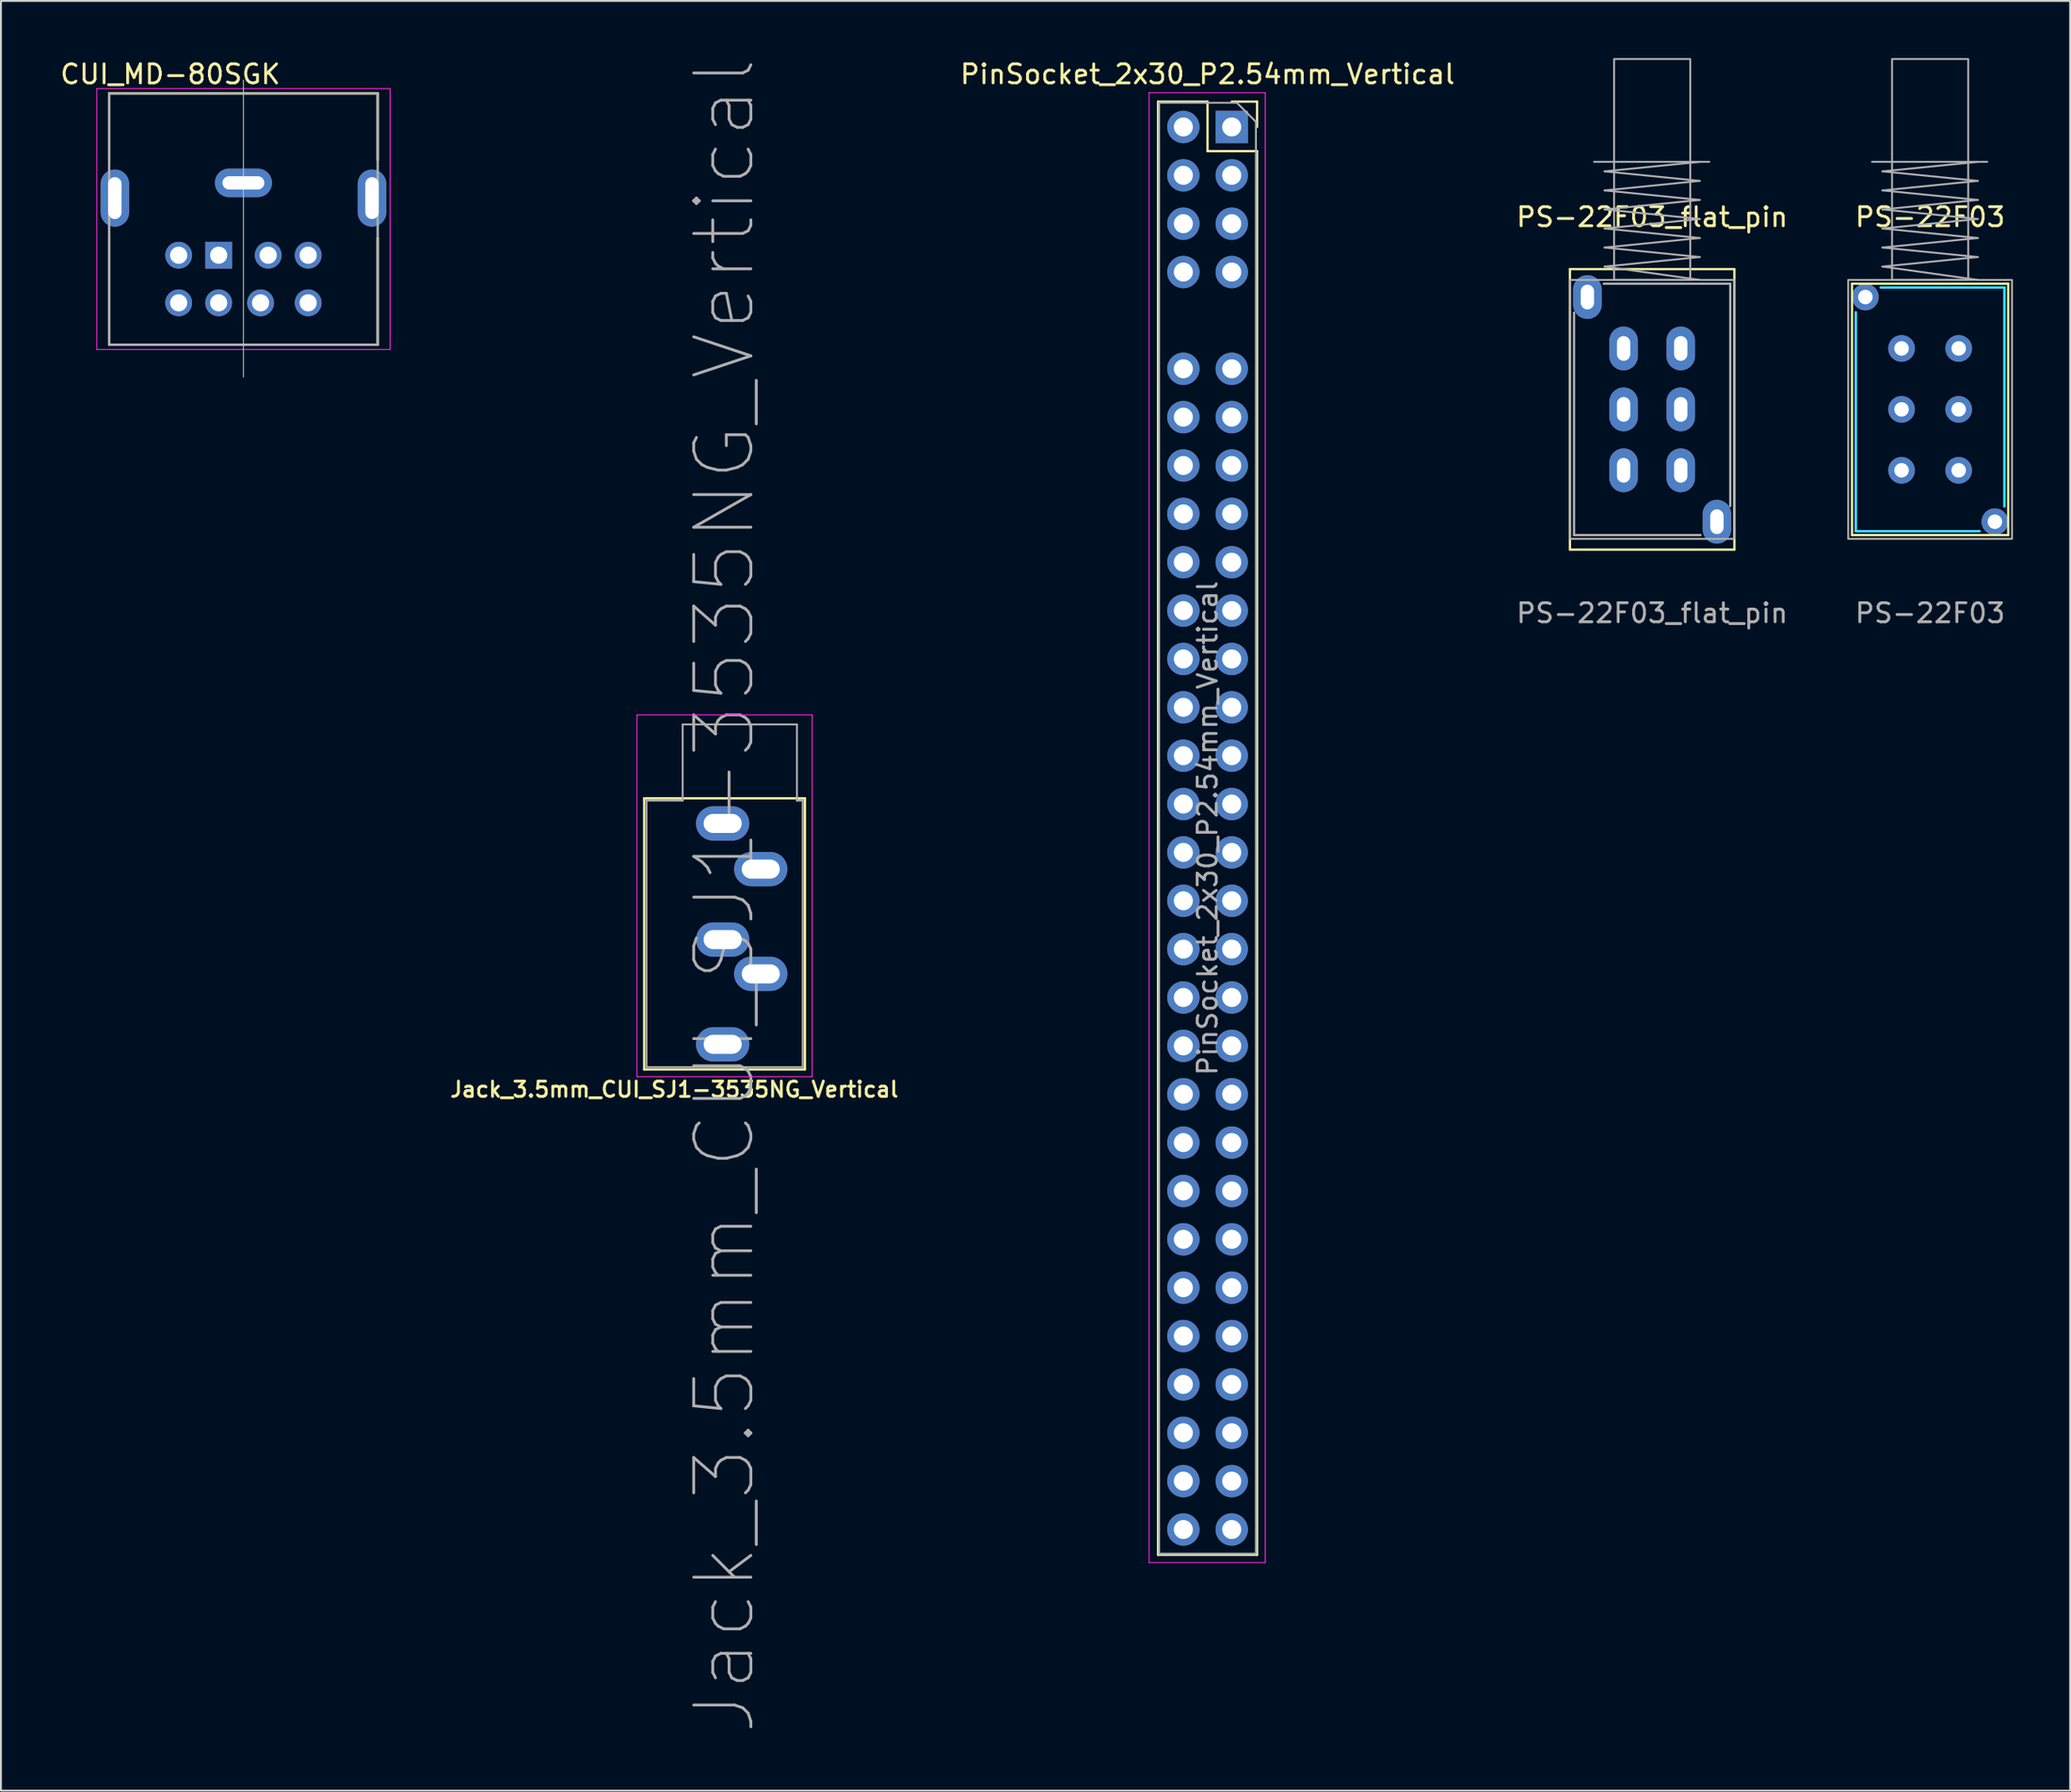
<source format=kicad_pcb>
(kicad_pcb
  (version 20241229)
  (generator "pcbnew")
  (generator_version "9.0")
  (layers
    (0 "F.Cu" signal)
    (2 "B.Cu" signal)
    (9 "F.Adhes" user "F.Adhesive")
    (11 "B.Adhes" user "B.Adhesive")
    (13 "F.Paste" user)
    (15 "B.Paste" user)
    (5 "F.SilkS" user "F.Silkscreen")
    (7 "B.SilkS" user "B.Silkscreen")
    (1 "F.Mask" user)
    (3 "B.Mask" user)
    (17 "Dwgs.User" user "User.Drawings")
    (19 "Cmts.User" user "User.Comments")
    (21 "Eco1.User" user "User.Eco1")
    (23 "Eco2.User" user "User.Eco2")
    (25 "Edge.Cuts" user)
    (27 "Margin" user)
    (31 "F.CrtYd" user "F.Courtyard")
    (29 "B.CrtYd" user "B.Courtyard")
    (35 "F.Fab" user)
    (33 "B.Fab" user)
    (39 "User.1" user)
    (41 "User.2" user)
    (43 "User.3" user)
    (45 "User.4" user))
  (footprint "PS-22F03_flat_pin"
    (layer "F.Cu")
    (at 83.697 18.45)
    (property "Reference" "PS-22F03_flat_pin" (at 0 -10.1 0) (unlocked yes) (layer "F.SilkS") (effects (font (size 1 1) (thickness 0.15))))
    (attr through_hole)
    (fp_line (start -4.318 -7.366) (end 4.318 -7.366) (stroke (width 0.12) (type solid)) (layer "F.SilkS"))
    (fp_line (start -4.318 7.366) (end -4.318 -7.366) (stroke (width 0.12) (type solid)) (layer "F.SilkS"))
    (fp_line (start 4.318 -7.366) (end 4.318 7.366) (stroke (width 0.12) (type solid)) (layer "F.SilkS"))
    (fp_line (start 4.318 7.366) (end -4.318 7.366) (stroke (width 0.12) (type solid)) (layer "F.SilkS"))
    (fp_line (start -4.1 -5.08) (end -4.1 6.6) (stroke (width 0.12) (type solid)) (layer "F.Fab"))
    (fp_line (start -4.1 6.6) (end 2.54 6.6) (stroke (width 0.12) (type solid)) (layer "F.Fab"))
    (fp_line (start -3.05 -13) (end 3 -13) (stroke (width 0.1) (type solid)) (layer "F.Fab"))
    (fp_line (start -2.5 -12.5) (end 2.5 -13) (stroke (width 0.1) (type solid)) (layer "F.Fab"))
    (fp_line (start -2.5 -11.5) (end 2.5 -12) (stroke (width 0.1) (type solid)) (layer "F.Fab"))
    (fp_line (start -2.5 -10.5) (end 2.5 -11) (stroke (width 0.1) (type solid)) (layer "F.Fab"))
    (fp_line (start -2.5 -9.5) (end 2.5 -10) (stroke (width 0.1) (type solid)) (layer "F.Fab"))
    (fp_line (start -2.5 -8.5) (end 2.5 -9) (stroke (width 0.1) (type solid)) (layer "F.Fab"))
    (fp_line (start -2.5 -7.5) (end 2.5 -8) (stroke (width 0.1) (type solid)) (layer "F.Fab"))
    (fp_line (start 2.5 -12) (end -2.5 -12.5) (stroke (width 0.1) (type solid)) (layer "F.Fab"))
    (fp_line (start 2.5 -11) (end -2.5 -11.5) (stroke (width 0.1) (type solid)) (layer "F.Fab"))
    (fp_line (start 2.5 -10) (end -2.5 -10.5) (stroke (width 0.1) (type solid)) (layer "F.Fab"))
    (fp_line (start 2.5 -9) (end -2.5 -9.5) (stroke (width 0.1) (type solid)) (layer "F.Fab"))
    (fp_line (start 2.5 -8) (end -2.5 -8.5) (stroke (width 0.1) (type solid)) (layer "F.Fab"))
    (fp_line (start 2.5 -6.8) (end -2.5 -7.5) (stroke (width 0.1) (type solid)) (layer "F.Fab"))
    (fp_line (start 4.1 -6.6) (end -2.54 -6.6) (stroke (width 0.12) (type solid)) (layer "F.Fab"))
    (fp_line (start 4.1 5.08) (end 4.1 -6.6) (stroke (width 0.12) (type solid)) (layer "F.Fab"))
    (fp_rect (start -4.3 -6.8) (end 4.3 6.8) (stroke (width 0.1) (type solid)) (fill no) (layer "F.Fab"))
    (fp_rect (start -2 -6.8) (end 2 -18.4) (stroke (width 0.1) (type solid)) (fill no) (layer "F.Fab"))
    (fp_text user "${REFERENCE}" (at 0 10.7 0) (unlocked yes) (layer "F.Fab") (effects (font (size 1 1) (thickness 0.15))))
    (pad "1" thru_hole oval (at -1.5 -3.2) (size 1.5 2.3) (drill oval 0.7 1.3) (layers "*.Cu" "*.Mask"))
    (pad "2" thru_hole oval (at -1.5 0) (size 1.5 2.3) (drill oval 0.7 1.3) (layers "*.Cu" "*.Mask"))
    (pad "3" thru_hole oval (at -1.5 3.2) (size 1.5 2.3) (drill oval 0.7 1.3) (layers "*.Cu" "*.Mask"))
    (pad "4" thru_hole oval (at 1.5 -3.2) (size 1.5 2.3) (drill oval 0.7 1.3) (layers "*.Cu" "*.Mask"))
    (pad "5" thru_hole oval (at 1.5 0) (size 1.5 2.3) (drill oval 0.7 1.3) (layers "*.Cu" "*.Mask"))
    (pad "6" thru_hole oval (at 1.5 3.2) (size 1.5 2.3) (drill oval 0.7 1.3) (layers "*.Cu" "*.Mask"))
    (pad "7" thru_hole oval (at -3.4 -5.9) (size 1.5 2.3) (drill oval 0.7 1.3) (layers "*.Cu" "*.Mask"))
    (pad "8" thru_hole oval (at 3.4 5.9) (size 1.5 2.3) (drill oval 0.7 1.3) (layers "*.Cu" "*.Mask")))
  (footprint "PinSocket_2x30_P2.54mm_Vertical"
    (layer "F.Cu")
    (at 60.352 40.448)
    (property "Reference" "PinSocket_2x30_P2.54mm_Vertical" (at 0 -39.6 0) (layer "F.SilkS") (effects (font (size 1 1) (thickness 0.15))))
    (attr through_hole)
    (fp_line (start -2.6 -38.16) (end -2.6 38.16) (stroke (width 0.12) (type solid)) (layer "F.SilkS"))
    (fp_line (start -2.6 -38.16) (end 0 -38.16) (stroke (width 0.12) (type solid)) (layer "F.SilkS"))
    (fp_line (start -2.6 38.16) (end 2.6 38.16) (stroke (width 0.12) (type solid)) (layer "F.SilkS"))
    (fp_line (start 0 -38.16) (end 0 -35.56) (stroke (width 0.12) (type solid)) (layer "F.SilkS"))
    (fp_line (start 0 -35.56) (end 2.6 -35.56) (stroke (width 0.12) (type solid)) (layer "F.SilkS"))
    (fp_line (start 1.27 -38.16) (end 2.6 -38.16) (stroke (width 0.12) (type solid)) (layer "F.SilkS"))
    (fp_line (start 2.6 -38.16) (end 2.6 -36.83) (stroke (width 0.12) (type solid)) (layer "F.SilkS"))
    (fp_line (start 2.6 -35.56) (end 2.6 38.16) (stroke (width 0.12) (type solid)) (layer "F.SilkS"))
    (fp_line (start -3.07 -38.63) (end 3.03 -38.63) (stroke (width 0.05) (type solid)) (layer "F.CrtYd"))
    (fp_line (start -3.07 38.57) (end -3.07 -38.63) (stroke (width 0.05) (type solid)) (layer "F.CrtYd"))
    (fp_line (start 3.03 -38.63) (end 3.03 38.57) (stroke (width 0.05) (type solid)) (layer "F.CrtYd"))
    (fp_line (start 3.03 38.57) (end -3.07 38.57) (stroke (width 0.05) (type solid)) (layer "F.CrtYd"))
    (fp_line (start -2.54 -38.1) (end 1.54 -38.1) (stroke (width 0.1) (type solid)) (layer "F.Fab"))
    (fp_line (start -2.54 38.1) (end -2.54 -38.1) (stroke (width 0.1) (type solid)) (layer "F.Fab"))
    (fp_line (start 1.54 -38.1) (end 2.54 -37.1) (stroke (width 0.1) (type solid)) (layer "F.Fab"))
    (fp_line (start 2.54 -37.1) (end 2.54 38.1) (stroke (width 0.1) (type solid)) (layer "F.Fab"))
    (fp_line (start 2.54 38.1) (end -2.54 38.1) (stroke (width 0.1) (type solid)) (layer "F.Fab"))
    (fp_text user "${REFERENCE}" (at 0 0 90) (layer "F.Fab") (effects (font (size 1 1) (thickness 0.15))))
    (pad "1" thru_hole rect (at 1.27 -36.83) (size 1.7 1.7) (drill 1) (layers "*.Cu" "*.Mask"))
    (pad "2" thru_hole oval (at -1.27 -36.83) (size 1.7 1.7) (drill 1) (layers "*.Cu" "*.Mask"))
    (pad "3" thru_hole oval (at 1.27 -34.29) (size 1.7 1.7) (drill 1) (layers "*.Cu" "*.Mask"))
    (pad "4" thru_hole oval (at -1.27 -34.29) (size 1.7 1.7) (drill 1) (layers "*.Cu" "*.Mask"))
    (pad "5" thru_hole oval (at 1.27 -31.75) (size 1.7 1.7) (drill 1) (layers "*.Cu" "*.Mask"))
    (pad "6" thru_hole oval (at -1.27 -31.75) (size 1.7 1.7) (drill 1) (layers "*.Cu" "*.Mask"))
    (pad "7" thru_hole oval (at 1.27 -29.21) (size 1.7 1.7) (drill 1) (layers "*.Cu" "*.Mask"))
    (pad "8" thru_hole oval (at -1.27 -29.21) (size 1.7 1.7) (drill 1) (layers "*.Cu" "*.Mask"))
    (pad "11" thru_hole oval (at 1.27 -24.13) (size 1.7 1.7) (drill 1) (layers "*.Cu" "*.Mask"))
    (pad "12" thru_hole oval (at -1.27 -24.13) (size 1.7 1.7) (drill 1) (layers "*.Cu" "*.Mask"))
    (pad "13" thru_hole oval (at 1.27 -21.59) (size 1.7 1.7) (drill 1) (layers "*.Cu" "*.Mask"))
    (pad "14" thru_hole oval (at -1.27 -21.59) (size 1.7 1.7) (drill 1) (layers "*.Cu" "*.Mask"))
    (pad "15" thru_hole oval (at 1.27 -19.05) (size 1.7 1.7) (drill 1) (layers "*.Cu" "*.Mask"))
    (pad "16" thru_hole oval (at -1.27 -19.05) (size 1.7 1.7) (drill 1) (layers "*.Cu" "*.Mask"))
    (pad "17" thru_hole oval (at 1.27 -16.51) (size 1.7 1.7) (drill 1) (layers "*.Cu" "*.Mask"))
    (pad "18" thru_hole oval (at -1.27 -16.51) (size 1.7 1.7) (drill 1) (layers "*.Cu" "*.Mask"))
    (pad "19" thru_hole oval (at 1.27 -13.97) (size 1.7 1.7) (drill 1) (layers "*.Cu" "*.Mask"))
    (pad "20" thru_hole oval (at -1.27 -13.97) (size 1.7 1.7) (drill 1) (layers "*.Cu" "*.Mask"))
    (pad "21" thru_hole oval (at 1.27 -11.43) (size 1.7 1.7) (drill 1) (layers "*.Cu" "*.Mask"))
    (pad "22" thru_hole oval (at -1.27 -11.43) (size 1.7 1.7) (drill 1) (layers "*.Cu" "*.Mask"))
    (pad "23" thru_hole oval (at 1.27 -8.89) (size 1.7 1.7) (drill 1) (layers "*.Cu" "*.Mask"))
    (pad "24" thru_hole oval (at -1.27 -8.89) (size 1.7 1.7) (drill 1) (layers "*.Cu" "*.Mask"))
    (pad "25" thru_hole oval (at 1.27 -6.35) (size 1.7 1.7) (drill 1) (layers "*.Cu" "*.Mask"))
    (pad "26" thru_hole oval (at -1.27 -6.35) (size 1.7 1.7) (drill 1) (layers "*.Cu" "*.Mask"))
    (pad "27" thru_hole oval (at 1.27 -3.81) (size 1.7 1.7) (drill 1) (layers "*.Cu" "*.Mask"))
    (pad "28" thru_hole oval (at -1.27 -3.81) (size 1.7 1.7) (drill 1) (layers "*.Cu" "*.Mask"))
    (pad "29" thru_hole oval (at 1.27 -1.27) (size 1.7 1.7) (drill 1) (layers "*.Cu" "*.Mask"))
    (pad "30" thru_hole oval (at -1.27 -1.27) (size 1.7 1.7) (drill 1) (layers "*.Cu" "*.Mask"))
    (pad "31" thru_hole oval (at 1.27 1.27) (size 1.7 1.7) (drill 1) (layers "*.Cu" "*.Mask"))
    (pad "32" thru_hole oval (at -1.27 1.27) (size 1.7 1.7) (drill 1) (layers "*.Cu" "*.Mask"))
    (pad "33" thru_hole oval (at 1.27 3.81) (size 1.7 1.7) (drill 1) (layers "*.Cu" "*.Mask"))
    (pad "34" thru_hole oval (at -1.27 3.81) (size 1.7 1.7) (drill 1) (layers "*.Cu" "*.Mask"))
    (pad "35" thru_hole oval (at 1.27 6.35) (size 1.7 1.7) (drill 1) (layers "*.Cu" "*.Mask"))
    (pad "36" thru_hole oval (at -1.27 6.35) (size 1.7 1.7) (drill 1) (layers "*.Cu" "*.Mask"))
    (pad "37" thru_hole oval (at 1.27 8.89) (size 1.7 1.7) (drill 1) (layers "*.Cu" "*.Mask"))
    (pad "38" thru_hole oval (at -1.27 8.89) (size 1.7 1.7) (drill 1) (layers "*.Cu" "*.Mask"))
    (pad "39" thru_hole oval (at 1.27 11.43) (size 1.7 1.7) (drill 1) (layers "*.Cu" "*.Mask"))
    (pad "40" thru_hole oval (at -1.27 11.43) (size 1.7 1.7) (drill 1) (layers "*.Cu" "*.Mask"))
    (pad "41" thru_hole oval (at 1.27 13.97) (size 1.7 1.7) (drill 1) (layers "*.Cu" "*.Mask"))
    (pad "42" thru_hole oval (at -1.27 13.97) (size 1.7 1.7) (drill 1) (layers "*.Cu" "*.Mask"))
    (pad "43" thru_hole oval (at 1.27 16.51) (size 1.7 1.7) (drill 1) (layers "*.Cu" "*.Mask"))
    (pad "44" thru_hole oval (at -1.27 16.51) (size 1.7 1.7) (drill 1) (layers "*.Cu" "*.Mask"))
    (pad "45" thru_hole oval (at 1.27 19.05) (size 1.7 1.7) (drill 1) (layers "*.Cu" "*.Mask"))
    (pad "46" thru_hole oval (at -1.27 19.05) (size 1.7 1.7) (drill 1) (layers "*.Cu" "*.Mask"))
    (pad "47" thru_hole oval (at 1.27 21.59) (size 1.7 1.7) (drill 1) (layers "*.Cu" "*.Mask"))
    (pad "48" thru_hole oval (at -1.27 21.59) (size 1.7 1.7) (drill 1) (layers "*.Cu" "*.Mask"))
    (pad "49" thru_hole oval (at 1.27 24.13) (size 1.7 1.7) (drill 1) (layers "*.Cu" "*.Mask"))
    (pad "50" thru_hole oval (at -1.27 24.13) (size 1.7 1.7) (drill 1) (layers "*.Cu" "*.Mask"))
    (pad "51" thru_hole oval (at 1.27 26.67) (size 1.7 1.7) (drill 1) (layers "*.Cu" "*.Mask"))
    (pad "52" thru_hole oval (at -1.27 26.67) (size 1.7 1.7) (drill 1) (layers "*.Cu" "*.Mask"))
    (pad "53" thru_hole oval (at 1.27 29.21) (size 1.7 1.7) (drill 1) (layers "*.Cu" "*.Mask"))
    (pad "54" thru_hole oval (at -1.27 29.21) (size 1.7 1.7) (drill 1) (layers "*.Cu" "*.Mask"))
    (pad "55" thru_hole oval (at 1.27 31.75) (size 1.7 1.7) (drill 1) (layers "*.Cu" "*.Mask"))
    (pad "56" thru_hole oval (at -1.27 31.75) (size 1.7 1.7) (drill 1) (layers "*.Cu" "*.Mask"))
    (pad "57" thru_hole oval (at 1.27 34.29) (size 1.7 1.7) (drill 1) (layers "*.Cu" "*.Mask"))
    (pad "58" thru_hole oval (at -1.27 34.29) (size 1.7 1.7) (drill 1) (layers "*.Cu" "*.Mask"))
    (pad "59" thru_hole oval (at 1.27 36.83) (size 1.7 1.7) (drill 1) (layers "*.Cu" "*.Mask"))
    (pad "60" thru_hole oval (at -1.27 36.83) (size 1.7 1.7) (drill 1) (layers "*.Cu" "*.Mask")))
  (footprint "Jack_3.5mm_CUI_SJ1-3535NG_Vertical"
    (layer "F.Cu")
    (at 34.893 40.196)
    (property "Reference" "Jack_3.5mm_CUI_SJ1-3535NG_Vertical" (at -2.54 13.97 180) (layer "F.SilkS") (effects (font (size 0.8 0.8) (thickness 0.15))))
    (attr through_hole)
    (fp_line (start -4.12 -1.32) (end -2.22 -1.32) (stroke (width 0.12) (type solid)) (layer "F.SilkS"))
    (fp_line (start -4.12 12.92) (end -4.12 -1.32) (stroke (width 0.12) (type solid)) (layer "F.SilkS"))
    (fp_line (start -2.22 -1.32) (end 4.02 -1.32) (stroke (width 0.12) (type solid)) (layer "F.SilkS"))
    (fp_line (start 4.02 -1.32) (end 4.32 -1.32) (stroke (width 0.12) (type solid)) (layer "F.SilkS"))
    (fp_line (start 4.32 -1.32) (end 4.32 12.92) (stroke (width 0.12) (type solid)) (layer "F.SilkS"))
    (fp_line (start 4.32 12.92) (end -4.12 12.92) (stroke (width 0.12) (type solid)) (layer "F.SilkS"))
    (fp_line (start -4.5 -5.7) (end -4.5 13.3) (stroke (width 0.05) (type solid)) (layer "F.CrtYd"))
    (fp_line (start -4.5 13.3) (end 4.7 13.3) (stroke (width 0.05) (type solid)) (layer "F.CrtYd"))
    (fp_line (start 4.7 -5.7) (end -4.5 -5.7) (stroke (width 0.05) (type solid)) (layer "F.CrtYd"))
    (fp_line (start 4.7 13.3) (end 4.7 -5.7) (stroke (width 0.05) (type solid)) (layer "F.CrtYd"))
    (fp_line (start -4 -1.2) (end -2.1 -1.2) (stroke (width 0.1) (type solid)) (layer "F.Fab"))
    (fp_line (start -4 12.8) (end -4 -1.2) (stroke (width 0.1) (type solid)) (layer "F.Fab"))
    (fp_line (start -2.1 -5.2) (end 3.9 -5.2) (stroke (width 0.1) (type solid)) (layer "F.Fab"))
    (fp_line (start -2.1 -1.2) (end -2.1 -5.2) (stroke (width 0.1) (type solid)) (layer "F.Fab"))
    (fp_line (start 3.9 -5.2) (end 3.9 -1.2) (stroke (width 0.1) (type solid)) (layer "F.Fab"))
    (fp_line (start 3.9 -1.2) (end 4.2 -1.2) (stroke (width 0.1) (type solid)) (layer "F.Fab"))
    (fp_line (start 4.2 -1.2) (end 4.2 12.8) (stroke (width 0.1) (type solid)) (layer "F.Fab"))
    (fp_line (start 4.2 12.8) (end -4 12.8) (stroke (width 0.1) (type solid)) (layer "F.Fab"))
    (fp_text user "${REFERENCE}" (at 0.1 3.8 90) (layer "F.Fab") (effects (font (size 3 3) (thickness 0.15))))
    (pad "R" thru_hole oval (at 2 7.9) (size 2.8 1.8) (drill oval 2 1) (layers "*.Cu" "*.Mask"))
    (pad "RN" thru_hole oval (at 0 6.1) (size 2.8 1.8) (drill oval 2 1) (layers "*.Cu" "*.Mask"))
    (pad "S" thru_hole oval (at 0 0) (size 2.8 1.8) (drill oval 2 1) (layers "*.Cu" "*.Mask"))
    (pad "T" thru_hole oval (at 2 2.4) (size 2.8 1.8) (drill oval 2 1) (layers "*.Cu" "*.Mask"))
    (pad "TN" thru_hole oval (at 0 11.6) (size 2.8 1.8) (drill oval 2 1) (layers "*.Cu" "*.Mask")))
  (footprint "CUI_MD-80SGK"
    (layer "F.Cu")
    (at 8.431 10.354)
    (property "Reference" "CUI_MD-80SGK" (at -2.538 -9.505 0) (layer "F.SilkS") (effects (font (size 1.001 1.001) (thickness 0.15))))
    (attr through_hole)
    (fp_line (start -5.75 -8.5) (end -5.75 -4.9) (stroke (width 0.127) (type solid)) (layer "F.SilkS"))
    (fp_line (start -5.75 -8.5) (end 8.35 -8.5) (stroke (width 0.127) (type solid)) (layer "F.SilkS"))
    (fp_line (start -5.75 4.7) (end -5.75 -1.1) (stroke (width 0.127) (type solid)) (layer "F.SilkS"))
    (fp_line (start 8.35 -8.5) (end 8.35 -5) (stroke (width 0.127) (type solid)) (layer "F.SilkS"))
    (fp_line (start 8.35 4.7) (end -5.75 4.7) (stroke (width 0.127) (type solid)) (layer "F.SilkS"))
    (fp_line (start 8.35 4.7) (end 8.35 -0.9) (stroke (width 0.127) (type solid)) (layer "F.SilkS"))
    (fp_line (start 1.3 -9.2) (end 1.3 6.4) (stroke (width 0.05) (type solid)) (layer "Dwgs.User"))
    (fp_line (start -6.4 -8.75) (end 9 -8.75) (stroke (width 0.05) (type solid)) (layer "F.CrtYd"))
    (fp_line (start -6.4 4.95) (end -6.4 -8.75) (stroke (width 0.05) (type solid)) (layer "F.CrtYd"))
    (fp_line (start 9 -8.75) (end 9 4.95) (stroke (width 0.05) (type solid)) (layer "F.CrtYd"))
    (fp_line (start 9 4.95) (end -6.4 4.95) (stroke (width 0.05) (type solid)) (layer "F.CrtYd"))
    (fp_line (start -5.75 -8.5) (end 8.35 -8.5) (stroke (width 0.127) (type solid)) (layer "F.Fab"))
    (fp_line (start -5.75 4.7) (end -5.75 -8.5) (stroke (width 0.127) (type solid)) (layer "F.Fab"))
    (fp_line (start 8.35 -8.5) (end 8.35 4.7) (stroke (width 0.127) (type solid)) (layer "F.Fab"))
    (fp_line (start 8.35 4.7) (end -5.75 4.7) (stroke (width 0.127) (type solid)) (layer "F.Fab"))
    (pad "1" thru_hole rect (at 0 0) (size 1.408 1.408) (drill 0.9) (layers "*.Cu" "*.Mask"))
    (pad "2" thru_hole circle (at 2.6 0) (size 1.408 1.408) (drill 0.9) (layers "*.Cu" "*.Mask"))
    (pad "3" thru_hole circle (at -2.1 0) (size 1.408 1.408) (drill 0.9) (layers "*.Cu" "*.Mask"))
    (pad "4" thru_hole circle (at 0 2.5) (size 1.408 1.408) (drill 0.9) (layers "*.Cu" "*.Mask"))
    (pad "5" thru_hole circle (at 4.7 0) (size 1.408 1.408) (drill 0.9) (layers "*.Cu" "*.Mask"))
    (pad "6" thru_hole circle (at -2.1 2.5) (size 1.408 1.408) (drill 0.9) (layers "*.Cu" "*.Mask"))
    (pad "7" thru_hole circle (at 2.2 2.5) (size 1.408 1.408) (drill 0.9) (layers "*.Cu" "*.Mask"))
    (pad "8" thru_hole circle (at 4.7 2.5) (size 1.408 1.408) (drill 0.9) (layers "*.Cu" "*.Mask"))
    (pad "S1" thru_hole oval (at -5.45 -3) (size 1.5 3) (drill oval 0.7 2.2) (layers "*.Cu" "*.Mask"))
    (pad "S2" thru_hole oval (at 8.05 -3) (size 1.5 3) (drill oval 0.7 2.2) (layers "*.Cu" "*.Mask"))
    (pad "S3" thru_hole oval (at 1.3 -3.8) (size 3 1.5) (drill oval 2.2 0.7) (layers "*.Cu" "*.Mask")))
  (footprint "PS-22F03"
    (layer "F.Cu")
    (at 98.291 18.45)
    (property "Reference" "PS-22F03" (at 0 -10.1 0) (unlocked yes) (layer "F.SilkS") (effects (font (size 1 1) (thickness 0.15))))
    (attr through_hole)
    (fp_line (start -4.1 -6.6) (end -4.1 6.6) (stroke (width 0.12) (type solid)) (layer "F.SilkS"))
    (fp_line (start -4.1 6.6) (end 4.1 6.6) (stroke (width 0.12) (type solid)) (layer "F.SilkS"))
    (fp_line (start 4.1 -6.6) (end -4.1 -6.6) (stroke (width 0.12) (type solid)) (layer "F.SilkS"))
    (fp_line (start 4.1 6.6) (end 4.1 -6.6) (stroke (width 0.12) (type solid)) (layer "F.SilkS"))
    (fp_line (start -3.9 -5.1) (end -3.9 6.4) (stroke (width 0.12) (type solid)) (layer "B.CrtYd"))
    (fp_line (start -3.9 6.4) (end 2.6 6.4) (stroke (width 0.12) (type solid)) (layer "B.CrtYd"))
    (fp_line (start 3.9 -6.4) (end -2.6 -6.4) (stroke (width 0.12) (type solid)) (layer "B.CrtYd"))
    (fp_line (start 3.9 5.1) (end 3.9 -6.4) (stroke (width 0.12) (type solid)) (layer "B.CrtYd"))
    (fp_line (start -3.9 -5.1) (end -3.9 6.4) (stroke (width 0.12) (type solid)) (layer "F.CrtYd"))
    (fp_line (start -3.9 6.4) (end 2.6 6.4) (stroke (width 0.12) (type solid)) (layer "F.CrtYd"))
    (fp_line (start 3.9 -6.4) (end -2.6 -6.4) (stroke (width 0.12) (type solid)) (layer "F.CrtYd"))
    (fp_line (start 3.9 5.1) (end 3.9 -6.4) (stroke (width 0.12) (type solid)) (layer "F.CrtYd"))
    (fp_line (start -3.05 -13) (end 3 -13) (stroke (width 0.1) (type solid)) (layer "F.Fab"))
    (fp_line (start -2.5 -12.5) (end 2.5 -13) (stroke (width 0.1) (type solid)) (layer "F.Fab"))
    (fp_line (start -2.5 -11.5) (end 2.5 -12) (stroke (width 0.1) (type solid)) (layer "F.Fab"))
    (fp_line (start -2.5 -10.5) (end 2.5 -11) (stroke (width 0.1) (type solid)) (layer "F.Fab"))
    (fp_line (start -2.5 -9.5) (end 2.5 -10) (stroke (width 0.1) (type solid)) (layer "F.Fab"))
    (fp_line (start -2.5 -8.5) (end 2.5 -9) (stroke (width 0.1) (type solid)) (layer "F.Fab"))
    (fp_line (start -2.5 -7.5) (end 2.5 -8) (stroke (width 0.1) (type solid)) (layer "F.Fab"))
    (fp_line (start 2.5 -12) (end -2.5 -12.5) (stroke (width 0.1) (type solid)) (layer "F.Fab"))
    (fp_line (start 2.5 -11) (end -2.5 -11.5) (stroke (width 0.1) (type solid)) (layer "F.Fab"))
    (fp_line (start 2.5 -10) (end -2.5 -10.5) (stroke (width 0.1) (type solid)) (layer "F.Fab"))
    (fp_line (start 2.5 -9) (end -2.5 -9.5) (stroke (width 0.1) (type solid)) (layer "F.Fab"))
    (fp_line (start 2.5 -8) (end -2.5 -8.5) (stroke (width 0.1) (type solid)) (layer "F.Fab"))
    (fp_line (start 2.5 -6.8) (end -2.5 -7.5) (stroke (width 0.1) (type solid)) (layer "F.Fab"))
    (fp_rect (start -4.3 -6.8) (end 4.3 6.8) (stroke (width 0.1) (type solid)) (fill no) (layer "F.Fab"))
    (fp_rect (start -2 -6.8) (end 2 -18.4) (stroke (width 0.1) (type solid)) (fill no) (layer "F.Fab"))
    (fp_text user "${REFERENCE}" (at 0 10.7 0) (unlocked yes) (layer "F.Fab") (effects (font (size 1 1) (thickness 0.15))))
    (pad "1" thru_hole circle (at -1.5 -3.2) (size 1.4 1.4) (drill 0.762) (layers "*.Cu" "*.Mask"))
    (pad "2" thru_hole circle (at -1.5 0) (size 1.4 1.4) (drill 0.762) (layers "*.Cu" "*.Mask"))
    (pad "3" thru_hole circle (at -1.5 3.2) (size 1.4 1.4) (drill 0.762) (layers "*.Cu" "*.Mask"))
    (pad "4" thru_hole circle (at 1.5 -3.2) (size 1.4 1.4) (drill 0.762) (layers "*.Cu" "*.Mask"))
    (pad "5" thru_hole circle (at 1.5 0) (size 1.4 1.4) (drill 0.762) (layers "*.Cu" "*.Mask"))
    (pad "6" thru_hole circle (at 1.5 3.2) (size 1.4 1.4) (drill 0.762) (layers "*.Cu" "*.Mask"))
    (pad "7" thru_hole circle (at -3.4 -5.9) (size 1.4 1.4) (drill 0.762) (layers "*.Cu" "*.Mask"))
    (pad "8" thru_hole circle (at 3.4 5.9) (size 1.4 1.4) (drill 0.762) (layers "*.Cu" "*.Mask")))
  (gr_rect
    (start -3 -3)
    (end 105.641 90.993)
    (stroke (width 0.1) (type default))
    (fill no)
    (layer "Edge.Cuts")))
</source>
